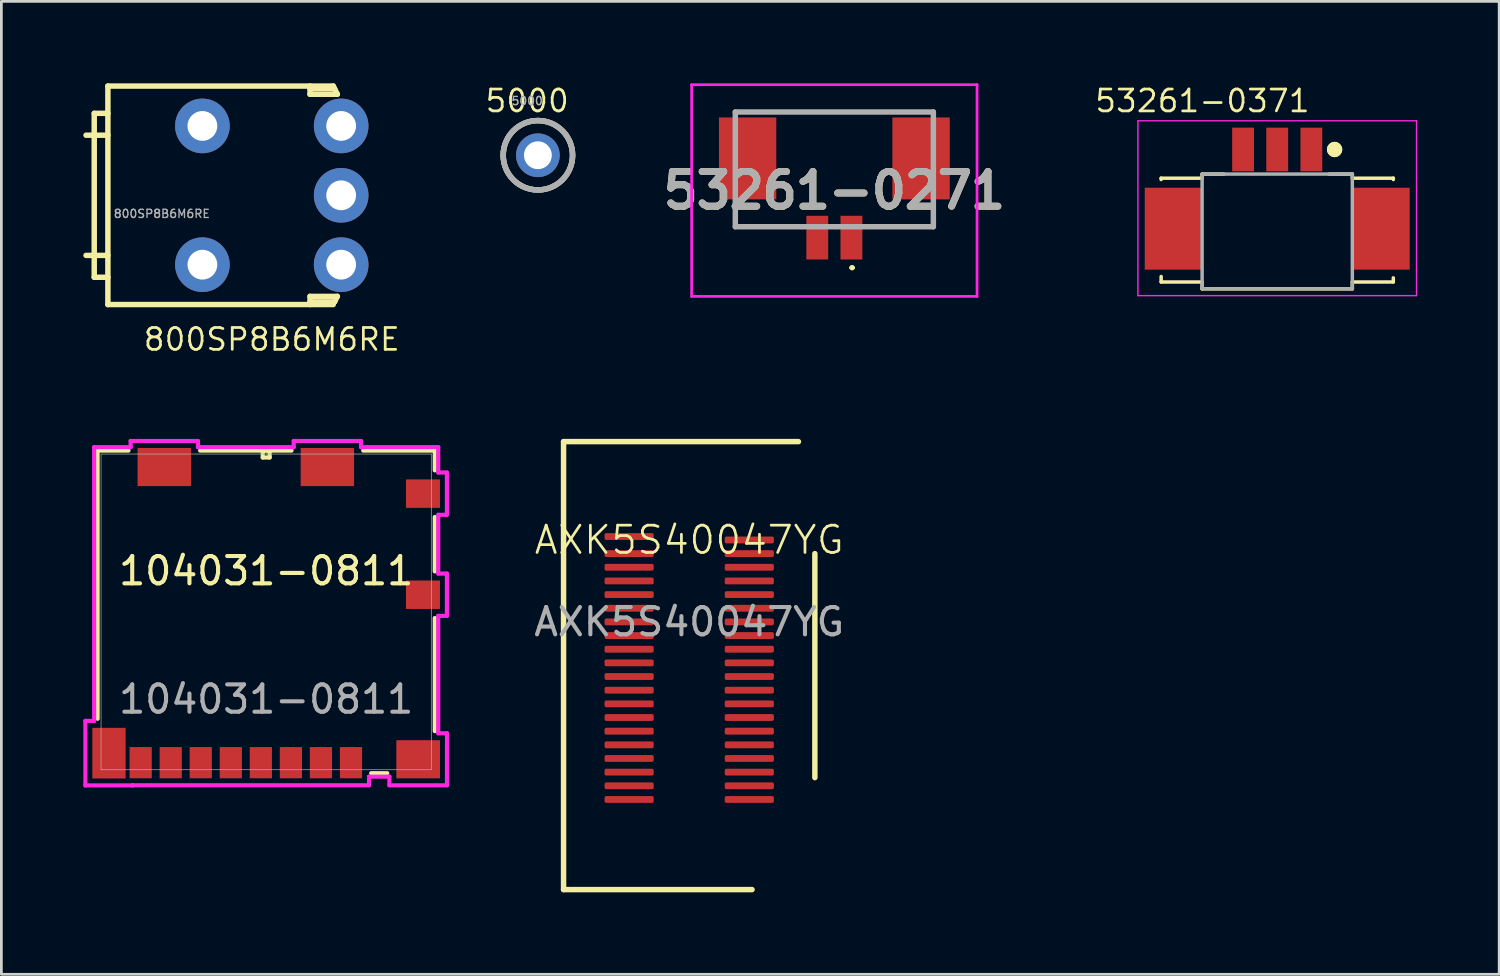
<source format=kicad_pcb>
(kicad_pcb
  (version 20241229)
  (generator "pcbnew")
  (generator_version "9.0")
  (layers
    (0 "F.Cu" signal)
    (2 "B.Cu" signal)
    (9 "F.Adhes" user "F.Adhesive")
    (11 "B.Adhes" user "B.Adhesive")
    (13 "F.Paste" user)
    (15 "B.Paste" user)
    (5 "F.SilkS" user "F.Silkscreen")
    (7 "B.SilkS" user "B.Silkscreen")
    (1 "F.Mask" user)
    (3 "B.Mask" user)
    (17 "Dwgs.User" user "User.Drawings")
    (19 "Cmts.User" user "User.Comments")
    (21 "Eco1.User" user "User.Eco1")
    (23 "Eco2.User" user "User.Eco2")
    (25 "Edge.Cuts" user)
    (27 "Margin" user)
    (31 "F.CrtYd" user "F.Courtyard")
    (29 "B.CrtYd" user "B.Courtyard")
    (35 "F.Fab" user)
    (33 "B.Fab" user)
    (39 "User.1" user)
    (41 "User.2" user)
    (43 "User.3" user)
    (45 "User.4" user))
  (footprint "104031-0811"
    (layer "F.Cu")
    (at 6.695 19.351)
    (property "Reference" "104031-0811" (at 0 -1.5 0) (unlocked yes) (layer "F.SilkS") (effects (font (size 1 1) (thickness 0.15))))
    (attr smd)
    (fp_line (start -6.172 -5.905) (end -6.172 3.912) (stroke (width 0.152) (type solid)) (layer "F.SilkS"))
    (fp_line (start -5.041 -5.905) (end -6.172 -5.905) (stroke (width 0.152) (type solid)) (layer "F.SilkS"))
    (fp_line (start -0.127 -5.905) (end -0.127 -5.652) (stroke (width 0.152) (type solid)) (layer "F.SilkS"))
    (fp_line (start -0.127 -5.652) (end 0.127 -5.652) (stroke (width 0.152) (type solid)) (layer "F.SilkS"))
    (fp_line (start 0.127 -5.905) (end -0.127 -5.905) (stroke (width 0.152) (type solid)) (layer "F.SilkS"))
    (fp_line (start 0.127 -5.652) (end 0.127 -5.905) (stroke (width 0.152) (type solid)) (layer "F.SilkS"))
    (fp_line (start 0.929 -5.905) (end -2.419 -5.905) (stroke (width 0.152) (type solid)) (layer "F.SilkS"))
    (fp_line (start 3.844 5.905) (end 4.432 5.905) (stroke (width 0.152) (type solid)) (layer "F.SilkS"))
    (fp_line (start 6.172 -5.905) (end 3.551 -5.905) (stroke (width 0.152) (type solid)) (layer "F.SilkS"))
    (fp_line (start 6.172 -5.182) (end 6.172 -5.905) (stroke (width 0.152) (type solid)) (layer "F.SilkS"))
    (fp_line (start 6.172 -1.482) (end 6.172 -3.475) (stroke (width 0.152) (type solid)) (layer "F.SilkS"))
    (fp_line (start 6.172 4.365) (end 6.172 0.225) (stroke (width 0.152) (type solid)) (layer "F.SilkS"))
    (fp_line (start -6.619 3.99) (end -6.619 6.353) (stroke (width 0.152) (type solid)) (layer "F.CrtYd"))
    (fp_line (start -6.619 6.353) (end -4.891 6.353) (stroke (width 0.152) (type solid)) (layer "F.CrtYd"))
    (fp_line (start -6.299 -6.032) (end -6.299 3.99) (stroke (width 0.152) (type solid)) (layer "F.CrtYd"))
    (fp_line (start -6.299 3.99) (end -6.619 3.99) (stroke (width 0.152) (type solid)) (layer "F.CrtYd"))
    (fp_line (start -4.962 -6.256) (end -4.962 -6.032) (stroke (width 0.152) (type solid)) (layer "F.CrtYd"))
    (fp_line (start -4.962 -6.032) (end -6.299 -6.032) (stroke (width 0.152) (type solid)) (layer "F.CrtYd"))
    (fp_line (start -4.891 6.347) (end 3.765 6.347) (stroke (width 0.152) (type solid)) (layer "F.CrtYd"))
    (fp_line (start -4.891 6.353) (end -4.891 6.347) (stroke (width 0.152) (type solid)) (layer "F.CrtYd"))
    (fp_line (start -2.498 -6.256) (end -4.962 -6.256) (stroke (width 0.152) (type solid)) (layer "F.CrtYd"))
    (fp_line (start -2.498 -6.032) (end -2.498 -6.256) (stroke (width 0.152) (type solid)) (layer "F.CrtYd"))
    (fp_line (start 1.008 -6.256) (end 1.008 -6.032) (stroke (width 0.152) (type solid)) (layer "F.CrtYd"))
    (fp_line (start 1.008 -6.032) (end -2.498 -6.032) (stroke (width 0.152) (type solid)) (layer "F.CrtYd"))
    (fp_line (start 3.472 -6.256) (end 1.008 -6.256) (stroke (width 0.152) (type solid)) (layer "F.CrtYd"))
    (fp_line (start 3.472 -6.032) (end 3.472 -6.256) (stroke (width 0.152) (type solid)) (layer "F.CrtYd"))
    (fp_line (start 3.765 6.032) (end 4.511 6.032) (stroke (width 0.152) (type solid)) (layer "F.CrtYd"))
    (fp_line (start 3.765 6.347) (end 3.765 6.032) (stroke (width 0.152) (type solid)) (layer "F.CrtYd"))
    (fp_line (start 4.511 6.032) (end 4.511 6.349) (stroke (width 0.152) (type solid)) (layer "F.CrtYd"))
    (fp_line (start 4.511 6.349) (end 6.619 6.349) (stroke (width 0.152) (type solid)) (layer "F.CrtYd"))
    (fp_line (start 6.299 -6.032) (end 3.472 -6.032) (stroke (width 0.152) (type solid)) (layer "F.CrtYd"))
    (fp_line (start 6.299 -5.103) (end 6.299 -6.032) (stroke (width 0.152) (type solid)) (layer "F.CrtYd"))
    (fp_line (start 6.299 -3.554) (end 6.616 -3.554) (stroke (width 0.152) (type solid)) (layer "F.CrtYd"))
    (fp_line (start 6.299 -1.403) (end 6.299 -3.554) (stroke (width 0.152) (type solid)) (layer "F.CrtYd"))
    (fp_line (start 6.299 0.146) (end 6.616 0.146) (stroke (width 0.152) (type solid)) (layer "F.CrtYd"))
    (fp_line (start 6.299 4.444) (end 6.299 0.146) (stroke (width 0.152) (type solid)) (layer "F.CrtYd"))
    (fp_line (start 6.616 -5.103) (end 6.299 -5.103) (stroke (width 0.152) (type solid)) (layer "F.CrtYd"))
    (fp_line (start 6.616 -3.554) (end 6.616 -5.103) (stroke (width 0.152) (type solid)) (layer "F.CrtYd"))
    (fp_line (start 6.616 -1.403) (end 6.299 -1.403) (stroke (width 0.152) (type solid)) (layer "F.CrtYd"))
    (fp_line (start 6.616 0.146) (end 6.616 -1.403) (stroke (width 0.152) (type solid)) (layer "F.CrtYd"))
    (fp_line (start 6.619 4.444) (end 6.299 4.444) (stroke (width 0.152) (type solid)) (layer "F.CrtYd"))
    (fp_line (start 6.619 6.349) (end 6.619 4.444) (stroke (width 0.152) (type solid)) (layer "F.CrtYd"))
    (fp_line (start -6.045 -5.779) (end -6.045 5.779) (stroke (width 0.025) (type solid)) (layer "F.Fab"))
    (fp_line (start -6.045 5.779) (end 6.045 5.779) (stroke (width 0.025) (type solid)) (layer "F.Fab"))
    (fp_line (start 0 -5.779) (end 0 -5.779) (stroke (width 0.025) (type solid)) (layer "F.Fab"))
    (fp_line (start 0 -5.779) (end 0 -5.779) (stroke (width 0.025) (type solid)) (layer "F.Fab"))
    (fp_line (start 0 -5.779) (end 0 -5.779) (stroke (width 0.025) (type solid)) (layer "F.Fab"))
    (fp_line (start 0 -5.779) (end 0 -5.779) (stroke (width 0.025) (type solid)) (layer "F.Fab"))
    (fp_line (start 6.045 -5.779) (end -6.045 -5.779) (stroke (width 0.025) (type solid)) (layer "F.Fab"))
    (fp_line (start 6.045 5.779) (end 6.045 -5.779) (stroke (width 0.025) (type solid)) (layer "F.Fab"))
    (fp_text user "${REFERENCE}" (at 0 3.2 0) (unlocked yes) (layer "F.Fab") (effects (font (size 1 1) (thickness 0.15))))
    (pad "1" smd rect (at 3.105 5.521) (size 0.813 1.143) (layers "F.Cu" "F.Mask" "F.Paste"))
    (pad "2" smd rect (at 2.005 5.521) (size 0.813 1.143) (layers "F.Cu" "F.Mask" "F.Paste"))
    (pad "3" smd rect (at 0.905 5.521) (size 0.813 1.143) (layers "F.Cu" "F.Mask" "F.Paste"))
    (pad "4" smd rect (at -0.195 5.521) (size 0.813 1.143) (layers "F.Cu" "F.Mask" "F.Paste"))
    (pad "5" smd rect (at -1.295 5.521) (size 0.813 1.143) (layers "F.Cu" "F.Mask" "F.Paste"))
    (pad "6" smd rect (at -2.395 5.521) (size 0.813 1.143) (layers "F.Cu" "F.Mask" "F.Paste"))
    (pad "7" smd rect (at -3.495 5.521) (size 0.813 1.143) (layers "F.Cu" "F.Mask" "F.Paste"))
    (pad "8" smd rect (at -4.595 5.521) (size 0.813 1.143) (layers "F.Cu" "F.Mask" "F.Paste"))
    (pad "9" smd rect (at 5.74 -0.628) (size 1.245 1.041) (layers "F.Cu" "F.Mask" "F.Paste"))
    (pad "10" smd rect (at 5.74 -4.329) (size 1.245 1.041) (layers "F.Cu" "F.Mask" "F.Paste"))
    (pad "11" smd rect (at 5.565 5.396) (size 1.6 1.397) (layers "F.Cu" "F.Mask" "F.Paste"))
    (pad "12" smd rect (at -5.755 5.172) (size 1.219 1.854) (layers "F.Cu" "F.Mask" "F.Paste"))
    (pad "13" smd rect (at -3.73 -5.303) (size 1.956 1.397) (layers "F.Cu" "F.Mask" "F.Paste"))
    (pad "14" smd rect (at 2.24 -5.303) (size 1.956 1.397) (layers "F.Cu" "F.Mask" "F.Paste")))
  (footprint "800SP8B6M6RE"
    (layer "F.Cu")
    (at 6.9 4.1)
    (property "Reference" "800SP8B6M6RE" (at 0 5.275 0) (unlocked yes) (layer "F.SilkS") (effects (font (size 0.8 0.8) (thickness 0.1))))
    (attr through_hole)
    (fp_line (start -6.5 3) (end -6.5 -3) (stroke (width 0.2) (type default)) (layer "F.SilkS"))
    (fp_line (start -6.5 3) (end -6 3) (stroke (width 0.2) (type default)) (layer "F.SilkS"))
    (fp_line (start -6 -4) (end -6 4) (stroke (width 0.2) (type default)) (layer "F.SilkS"))
    (fp_line (start -6 -3) (end -6.5 -3) (stroke (width 0.2) (type default)) (layer "F.SilkS"))
    (fp_line (start -6 -2.2) (end -6.8 -2.2) (stroke (width 0.2) (type default)) (layer "F.SilkS"))
    (fp_line (start -6 2.2) (end -6.8 2.2) (stroke (width 0.2) (type default)) (layer "F.SilkS"))
    (fp_line (start -6 4) (end 2.25 4) (stroke (width 0.2) (type default)) (layer "F.SilkS"))
    (fp_line (start 1.4 -3.7) (end 1.4 -4) (stroke (width 0.2) (type default)) (layer "F.SilkS"))
    (fp_line (start 1.4 4) (end 1.4 3.7) (stroke (width 0.2) (type default)) (layer "F.SilkS"))
    (fp_line (start 2.25 -4) (end -6 -4) (stroke (width 0.2) (type default)) (layer "F.SilkS"))
    (fp_line (start 2.3 -3.9) (end 1.4 -3.9) (stroke (width 0.2) (type default)) (layer "F.SilkS"))
    (fp_line (start 2.3 3.9) (end 1.4 3.9) (stroke (width 0.2) (type default)) (layer "F.SilkS"))
    (fp_line (start 2.3 3.9) (end 2.4 3.7) (stroke (width 0.2) (type default)) (layer "F.SilkS"))
    (fp_line (start 2.4 -3.7) (end 1.4 -3.7) (stroke (width 0.2) (type default)) (layer "F.SilkS"))
    (fp_line (start 2.4 -3.7) (end 2.25 -4) (stroke (width 0.2) (type default)) (layer "F.SilkS"))
    (fp_line (start 2.4 3.7) (end 1.4 3.7) (stroke (width 0.2) (type default)) (layer "F.SilkS"))
    (fp_text user "${REFERENCE}" (at -4.025 0.675 0) (unlocked yes) (layer "F.Fab") (effects (font (size 0.3 0.3) (thickness 0.05) (bold yes))))
    (pad "1" thru_hole circle (at 2.54 2.54) (size 2 2) (drill 1.09) (layers "*.Cu" "*.Mask"))
    (pad "2" thru_hole circle (at 2.54 0) (size 2 2) (drill 1.09) (layers "*.Cu" "*.Mask"))
    (pad "3" thru_hole circle (at 2.54 -2.54) (size 2 2) (drill 1.09) (layers "*.Cu" "*.Mask"))
    (pad "MP1" thru_hole circle (at -2.54 2.54) (size 2 2) (drill 1.09) (layers "*.Cu" "*.Mask"))
    (pad "MP2" thru_hole circle (at -2.54 -2.54) (size 2 2) (drill 1.09) (layers "*.Cu" "*.Mask")))
  (footprint "53261-0271"
    (layer "F.Cu")
    (at 27.495 3.35)
    (property "Reference" "53261-0271" (at 0 0.575 0) (layer "F.SilkS") (effects (font (size 1.27 1.27) (thickness 0.254))))
    (attr smd)
    (fp_line (start -3.625 1.9) (end -3.625 1.2) (stroke (width 0.1) (type solid)) (layer "F.SilkS"))
    (fp_line (start -1.4 1.9) (end -3.625 1.9) (stroke (width 0.1) (type solid)) (layer "F.SilkS"))
    (fp_line (start 0.6 3.4) (end 0.6 3.4) (stroke (width 0.1) (type solid)) (layer "F.SilkS"))
    (fp_line (start 0.7 3.4) (end 0.7 3.4) (stroke (width 0.1) (type solid)) (layer "F.SilkS"))
    (fp_line (start 1.8 -2.3) (end -1.8 -2.3) (stroke (width 0.1) (type solid)) (layer "F.SilkS"))
    (fp_line (start 3.625 1.2) (end 3.625 1.9) (stroke (width 0.1) (type solid)) (layer "F.SilkS"))
    (fp_line (start 3.625 1.9) (end 1.4 1.9) (stroke (width 0.1) (type solid)) (layer "F.SilkS"))
    (fp_arc (start 0.6 3.4) (mid 0.65 3.35) (end 0.7 3.4) (stroke (width 0.1) (type solid)) (layer "F.SilkS"))
    (fp_arc (start 0.7 3.4) (mid 0.65 3.45) (end 0.6 3.4) (stroke (width 0.1) (type solid)) (layer "F.SilkS"))
    (fp_line (start -5.225 -3.3) (end -5.225 4.45) (stroke (width 0.1) (type solid)) (layer "F.CrtYd"))
    (fp_line (start -5.225 4.45) (end 5.225 4.45) (stroke (width 0.1) (type solid)) (layer "F.CrtYd"))
    (fp_line (start 5.225 -3.3) (end -5.225 -3.3) (stroke (width 0.1) (type solid)) (layer "F.CrtYd"))
    (fp_line (start 5.225 4.45) (end 5.225 -3.3) (stroke (width 0.1) (type solid)) (layer "F.CrtYd"))
    (fp_line (start -3.625 -2.3) (end -3.625 1.9) (stroke (width 0.2) (type solid)) (layer "F.Fab"))
    (fp_line (start -3.625 1.9) (end 3.625 1.9) (stroke (width 0.2) (type solid)) (layer "F.Fab"))
    (fp_line (start 3.625 -2.3) (end -3.625 -2.3) (stroke (width 0.2) (type solid)) (layer "F.Fab"))
    (fp_line (start 3.625 1.9) (end 3.625 -2.3) (stroke (width 0.2) (type solid)) (layer "F.Fab"))
    (fp_text user "${REFERENCE}" (at 0 0.575 0) (layer "F.Fab") (effects (font (size 1.27 1.27) (thickness 0.254))))
    (pad "1" smd rect (at 0.625 2.3) (size 0.8 1.6) (layers "F.Cu" "F.Mask" "F.Paste"))
    (pad "2" smd rect (at -0.625 2.3) (size 0.8 1.6) (layers "F.Cu" "F.Mask" "F.Paste"))
    (pad "MP1" smd rect (at 3.175 -0.6) (size 2.1 3) (layers "F.Cu" "F.Mask" "F.Paste"))
    (pad "MP2" smd rect (at -3.175 -0.6) (size 2.1 3) (layers "F.Cu" "F.Mask" "F.Paste")))
  (footprint "AXK5S40047YG"
    (layer "F.Cu")
    (at 22.182 17.218)
    (property "Reference" "AXK5S40047YG" (at 0 -0.5 0) (unlocked yes) (layer "F.SilkS") (effects (font (size 1 1) (thickness 0.1))))
    (attr smd)
    (fp_line (start -4.6 -4.1) (end -4.6 12.3) (stroke (width 0.2) (type default)) (layer "F.SilkS"))
    (fp_line (start -4.6 12.3) (end 2.3 12.3) (stroke (width 0.2) (type default)) (layer "F.SilkS"))
    (fp_line (start 4 -4.1) (end -4.6 -4.1) (stroke (width 0.2) (type default)) (layer "F.SilkS"))
    (fp_line (start 4.6 8.2) (end 4.6 0) (stroke (width 0.2) (type default)) (layer "F.SilkS"))
    (fp_text user "${REFERENCE}" (at 0 2.5 0) (unlocked yes) (layer "F.Fab") (effects (font (size 1 1) (thickness 0.15))))
    (pad "1" smd roundrect (at 2.2 -0.5) (size 1.8 0.25) (layers "F.Cu" "F.Mask" "F.Paste") (roundrect_rratio 0.25))
    (pad "2" smd roundrect (at 2.2 0) (size 1.8 0.25) (layers "F.Cu" "F.Mask" "F.Paste") (roundrect_rratio 0.25))
    (pad "3" smd roundrect (at 2.2 0.5) (size 1.8 0.25) (layers "F.Cu" "F.Mask" "F.Paste") (roundrect_rratio 0.25))
    (pad "4" smd roundrect (at 2.2 1) (size 1.8 0.25) (layers "F.Cu" "F.Mask" "F.Paste") (roundrect_rratio 0.25))
    (pad "5" smd roundrect (at 2.2 1.5) (size 1.8 0.25) (layers "F.Cu" "F.Mask" "F.Paste") (roundrect_rratio 0.25))
    (pad "6" smd roundrect (at 2.2 2) (size 1.8 0.25) (layers "F.Cu" "F.Mask" "F.Paste") (roundrect_rratio 0.25))
    (pad "7" smd roundrect (at 2.2 2.5) (size 1.8 0.25) (layers "F.Cu" "F.Mask" "F.Paste") (roundrect_rratio 0.25))
    (pad "8" smd roundrect (at 2.2 3) (size 1.8 0.25) (layers "F.Cu" "F.Mask" "F.Paste") (roundrect_rratio 0.25))
    (pad "9" smd roundrect (at 2.2 3.5) (size 1.8 0.25) (layers "F.Cu" "F.Mask" "F.Paste") (roundrect_rratio 0.25))
    (pad "10" smd roundrect (at 2.2 4) (size 1.8 0.25) (layers "F.Cu" "F.Mask" "F.Paste") (roundrect_rratio 0.25))
    (pad "11" smd roundrect (at 2.2 4.5) (size 1.8 0.25) (layers "F.Cu" "F.Mask" "F.Paste") (roundrect_rratio 0.25))
    (pad "12" smd roundrect (at 2.2 5) (size 1.8 0.25) (layers "F.Cu" "F.Mask" "F.Paste") (roundrect_rratio 0.25))
    (pad "13" smd roundrect (at 2.2 5.5) (size 1.8 0.25) (layers "F.Cu" "F.Mask" "F.Paste") (roundrect_rratio 0.25))
    (pad "14" smd roundrect (at 2.2 6) (size 1.8 0.25) (layers "F.Cu" "F.Mask" "F.Paste") (roundrect_rratio 0.25))
    (pad "15" smd roundrect (at 2.2 6.5) (size 1.8 0.25) (layers "F.Cu" "F.Mask" "F.Paste") (roundrect_rratio 0.25))
    (pad "16" smd roundrect (at 2.2 7) (size 1.8 0.25) (layers "F.Cu" "F.Mask" "F.Paste") (roundrect_rratio 0.25))
    (pad "17" smd roundrect (at 2.2 7.5) (size 1.8 0.25) (layers "F.Cu" "F.Mask" "F.Paste") (roundrect_rratio 0.25))
    (pad "18" smd roundrect (at 2.2 8) (size 1.8 0.25) (layers "F.Cu" "F.Mask" "F.Paste") (roundrect_rratio 0.25))
    (pad "19" smd roundrect (at 2.2 8.5) (size 1.8 0.25) (layers "F.Cu" "F.Mask" "F.Paste") (roundrect_rratio 0.25))
    (pad "20" smd roundrect (at 2.2 9) (size 1.8 0.25) (layers "F.Cu" "F.Mask" "F.Paste") (roundrect_rratio 0.25))
    (pad "21" smd roundrect (at -2.2 -0.625) (size 1.8 0.25) (layers "F.Cu" "F.Mask" "F.Paste") (roundrect_rratio 0.25))
    (pad "22" smd roundrect (at -2.2 0) (size 1.8 0.25) (layers "F.Cu" "F.Mask" "F.Paste") (roundrect_rratio 0.25))
    (pad "23" smd roundrect (at -2.2 0.5) (size 1.8 0.25) (layers "F.Cu" "F.Mask" "F.Paste") (roundrect_rratio 0.25))
    (pad "24" smd roundrect (at -2.2 1) (size 1.8 0.25) (layers "F.Cu" "F.Mask" "F.Paste") (roundrect_rratio 0.25))
    (pad "25" smd roundrect (at -2.2 1.5) (size 1.8 0.25) (layers "F.Cu" "F.Mask" "F.Paste") (roundrect_rratio 0.25))
    (pad "26" smd roundrect (at -2.2 2) (size 1.8 0.25) (layers "F.Cu" "F.Mask" "F.Paste") (roundrect_rratio 0.25))
    (pad "27" smd roundrect (at -2.2 2.5) (size 1.8 0.25) (layers "F.Cu" "F.Mask" "F.Paste") (roundrect_rratio 0.25))
    (pad "28" smd roundrect (at -2.2 3) (size 1.8 0.25) (layers "F.Cu" "F.Mask" "F.Paste") (roundrect_rratio 0.25))
    (pad "29" smd roundrect (at -2.2 3.5) (size 1.8 0.25) (layers "F.Cu" "F.Mask" "F.Paste") (roundrect_rratio 0.25))
    (pad "30" smd roundrect (at -2.2 4) (size 1.8 0.25) (layers "F.Cu" "F.Mask" "F.Paste") (roundrect_rratio 0.25))
    (pad "31" smd roundrect (at -2.2 4.5) (size 1.8 0.25) (layers "F.Cu" "F.Mask" "F.Paste") (roundrect_rratio 0.25))
    (pad "32" smd roundrect (at -2.2 5) (size 1.8 0.25) (layers "F.Cu" "F.Mask" "F.Paste") (roundrect_rratio 0.25))
    (pad "33" smd roundrect (at -2.2 5.5) (size 1.8 0.25) (layers "F.Cu" "F.Mask" "F.Paste") (roundrect_rratio 0.25))
    (pad "34" smd roundrect (at -2.2 6) (size 1.8 0.25) (layers "F.Cu" "F.Mask" "F.Paste") (roundrect_rratio 0.25))
    (pad "35" smd roundrect (at -2.2 6.5) (size 1.8 0.25) (layers "F.Cu" "F.Mask" "F.Paste") (roundrect_rratio 0.25))
    (pad "36" smd roundrect (at -2.2 7) (size 1.8 0.25) (layers "F.Cu" "F.Mask" "F.Paste") (roundrect_rratio 0.25))
    (pad "37" smd roundrect (at -2.2 7.5) (size 1.8 0.25) (layers "F.Cu" "F.Mask" "F.Paste") (roundrect_rratio 0.25))
    (pad "38" smd roundrect (at -2.2 8) (size 1.8 0.25) (layers "F.Cu" "F.Mask" "F.Paste") (roundrect_rratio 0.25))
    (pad "39" smd roundrect (at -2.2 8.5) (size 1.8 0.25) (layers "F.Cu" "F.Mask" "F.Paste") (roundrect_rratio 0.25))
    (pad "40" smd roundrect (at -2.2 9) (size 1.8 0.25) (layers "F.Cu" "F.Mask" "F.Paste") (roundrect_rratio 0.25)))
  (footprint "5000"
    (layer "F.Cu")
    (at 16.642 2.634)
    (property "Reference" "5000" (at -0.392 -1.99 0) (layer "F.SilkS") (effects (font (size 0.8 0.8) (thickness 0.1))))
    (attr through_hole)
    (fp_circle (center 0 0) (end 0 1.27) (stroke (width 0.2) (type solid)) (fill no) (layer "F.SilkS"))
    (fp_circle (center 0 0) (end 0 1.27) (stroke (width 0.2) (type solid)) (fill no) (layer "F.Fab"))
    (fp_circle (center 0 0) (end 0 1.27) (stroke (width 0.2) (type solid)) (fill no) (layer "F.Fab"))
    (fp_text user "${REFERENCE}" (at -0.392 -1.99 0) (layer "F.Fab") (effects (font (size 0.3 0.3) (thickness 0.05) (bold yes))))
    (pad "1" thru_hole circle (at 0 0) (size 1.6 1.6) (drill 1.02) (layers "*.Cu" "*.Mask")))
  (footprint "53261-0371"
    (layer "F.Cu")
    (at 43.709 2.423)
    (property "Reference" "53261-0371" (at -2.738 -1.779 0) (layer "F.SilkS") (effects (font (size 0.8 0.8) (thickness 0.1))))
    (attr smd)
    (fp_line (start -4.25 1.05) (end -4.25 1.1) (stroke (width 0.127) (type solid)) (layer "F.SilkS"))
    (fp_line (start -4.25 4.65) (end -4.25 4.85) (stroke (width 0.127) (type solid)) (layer "F.SilkS"))
    (fp_line (start -4.25 4.85) (end -2.75 4.85) (stroke (width 0.127) (type solid)) (layer "F.SilkS"))
    (fp_line (start -2.75 0.9) (end -2.75 1.05) (stroke (width 0.127) (type solid)) (layer "F.SilkS"))
    (fp_line (start -2.75 1.05) (end -4.25 1.05) (stroke (width 0.127) (type solid)) (layer "F.SilkS"))
    (fp_line (start -2.75 4.85) (end -2.75 5.1) (stroke (width 0.127) (type solid)) (layer "F.SilkS"))
    (fp_line (start -2.75 5.1) (end 2.75 5.1) (stroke (width 0.127) (type solid)) (layer "F.SilkS"))
    (fp_line (start -1.95 0.9) (end -2.75 0.9) (stroke (width 0.127) (type solid)) (layer "F.SilkS"))
    (fp_line (start 1.9 0.9) (end 2.75 0.9) (stroke (width 0.127) (type solid)) (layer "F.SilkS"))
    (fp_line (start 2.75 0.9) (end 2.75 1.05) (stroke (width 0.127) (type solid)) (layer "F.SilkS"))
    (fp_line (start 2.75 1.05) (end 4.25 1.05) (stroke (width 0.127) (type solid)) (layer "F.SilkS"))
    (fp_line (start 2.75 4.85) (end 4.25 4.85) (stroke (width 0.127) (type solid)) (layer "F.SilkS"))
    (fp_line (start 2.75 5.1) (end 2.75 4.85) (stroke (width 0.127) (type solid)) (layer "F.SilkS"))
    (fp_line (start 4.25 1.05) (end 4.25 1.1) (stroke (width 0.127) (type solid)) (layer "F.SilkS"))
    (fp_line (start 4.25 4.85) (end 4.25 4.7) (stroke (width 0.127) (type solid)) (layer "F.SilkS"))
    (fp_circle (center 2.1 0) (end 2.24 0) (stroke (width 0.28) (type solid)) (fill no) (layer "F.SilkS"))
    (fp_circle (center 2.1 0) (end 2.24 0) (stroke (width 0.28) (type solid)) (fill no) (layer "F.SilkS"))
    (fp_line (start -5.1 -1.05) (end 5.1 -1.05) (stroke (width 0.05) (type solid)) (layer "F.CrtYd"))
    (fp_line (start -5.1 5.35) (end -5.1 -1.05) (stroke (width 0.05) (type solid)) (layer "F.CrtYd"))
    (fp_line (start 5.1 -1.05) (end 5.1 5.35) (stroke (width 0.05) (type solid)) (layer "F.CrtYd"))
    (fp_line (start 5.1 5.35) (end -5.1 5.35) (stroke (width 0.05) (type solid)) (layer "F.CrtYd"))
    (fp_line (start -2.75 0.9) (end -2.75 5.1) (stroke (width 0.127) (type solid)) (layer "F.Fab"))
    (fp_line (start -2.75 0.9) (end 2.75 0.9) (stroke (width 0.127) (type solid)) (layer "F.Fab"))
    (fp_line (start -2.75 5.1) (end 2.75 5.1) (stroke (width 0.127) (type solid)) (layer "F.Fab"))
    (fp_line (start 2.75 5.1) (end 2.75 0.9) (stroke (width 0.127) (type solid)) (layer "F.Fab"))
    (pad "1" smd rect (at 1.25 0) (size 0.8 1.6) (layers "F.Cu" "F.Mask" "F.Paste"))
    (pad "2" smd rect (at 0 0) (size 0.8 1.6) (layers "F.Cu" "F.Mask" "F.Paste"))
    (pad "3" smd rect (at -1.25 0) (size 0.8 1.6) (layers "F.Cu" "F.Mask" "F.Paste"))
    (pad "4" smd rect (at -3.8 2.9) (size 2.1 3) (layers "F.Cu" "F.Mask" "F.Paste"))
    (pad "5" smd rect (at 3.8 2.9) (size 2.1 3) (layers "F.Cu" "F.Mask" "F.Paste")))
  (gr_rect
    (start -3 -3)
    (end 51.834 32.618)
    (stroke (width 0.1) (type default))
    (fill no)
    (layer "Edge.Cuts")))
</source>
